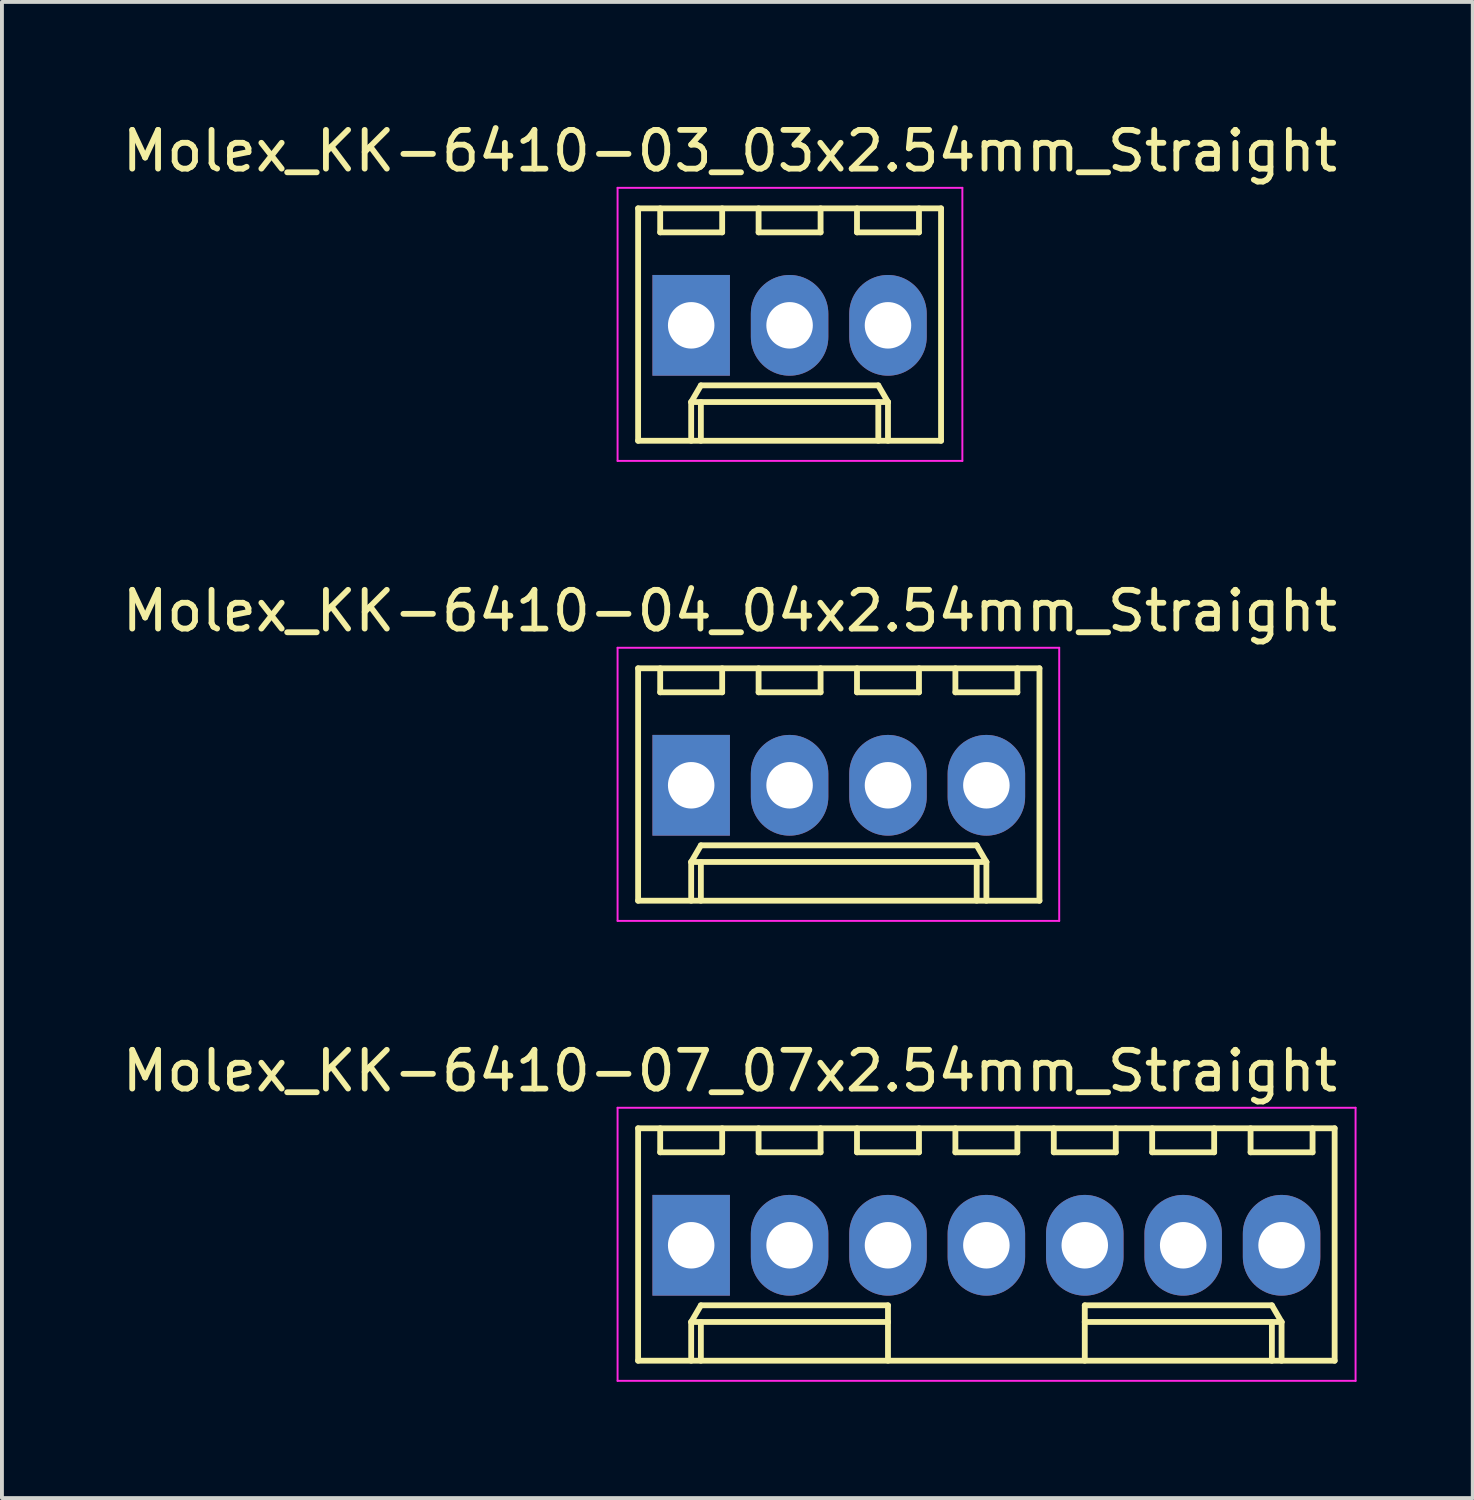
<source format=kicad_pcb>
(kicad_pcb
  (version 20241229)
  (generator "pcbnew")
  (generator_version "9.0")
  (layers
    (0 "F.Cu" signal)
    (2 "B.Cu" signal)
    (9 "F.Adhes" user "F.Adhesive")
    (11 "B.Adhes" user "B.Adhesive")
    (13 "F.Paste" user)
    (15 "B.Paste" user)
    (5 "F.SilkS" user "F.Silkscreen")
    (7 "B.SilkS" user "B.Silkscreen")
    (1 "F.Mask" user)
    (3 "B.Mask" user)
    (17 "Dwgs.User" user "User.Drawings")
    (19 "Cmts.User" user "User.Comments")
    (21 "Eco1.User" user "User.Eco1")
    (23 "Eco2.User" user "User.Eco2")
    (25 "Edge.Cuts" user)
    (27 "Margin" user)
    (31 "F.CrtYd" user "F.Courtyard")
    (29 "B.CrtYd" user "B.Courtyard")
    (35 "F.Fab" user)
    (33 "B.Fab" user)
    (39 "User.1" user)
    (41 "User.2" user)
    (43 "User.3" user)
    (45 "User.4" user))
  (footprint "Molex_KK-6410-07_07x2.54mm_Straight"
    (layer "F.Cu")
    (at 14.792 29.095)
    (property "Reference" "Molex_KK-6410-07_07x2.54mm_Straight" (at 1 -4.5 0) (layer "F.SilkS") (effects (font (size 1 1) (thickness 0.15))))
    (attr through_hole)
    (fp_line (start -1.37 -3.02) (end -1.37 2.98) (stroke (width 0.15) (type solid)) (layer "F.SilkS"))
    (fp_line (start -1.37 2.98) (end 16.61 2.98) (stroke (width 0.15) (type solid)) (layer "F.SilkS"))
    (fp_line (start -0.8 -3.02) (end -0.8 -2.4) (stroke (width 0.15) (type solid)) (layer "F.SilkS"))
    (fp_line (start -0.8 -2.4) (end 0.8 -2.4) (stroke (width 0.15) (type solid)) (layer "F.SilkS"))
    (fp_line (start 0 1.98) (end 0.25 1.55) (stroke (width 0.15) (type solid)) (layer "F.SilkS"))
    (fp_line (start 0 1.98) (end 5.08 1.98) (stroke (width 0.15) (type solid)) (layer "F.SilkS"))
    (fp_line (start 0 2.98) (end 0 1.98) (stroke (width 0.15) (type solid)) (layer "F.SilkS"))
    (fp_line (start 0.25 1.55) (end 5.08 1.55) (stroke (width 0.15) (type solid)) (layer "F.SilkS"))
    (fp_line (start 0.25 2.98) (end 0.25 1.98) (stroke (width 0.15) (type solid)) (layer "F.SilkS"))
    (fp_line (start 0.8 -2.4) (end 0.8 -3.02) (stroke (width 0.15) (type solid)) (layer "F.SilkS"))
    (fp_line (start 1.74 -3.02) (end 1.74 -2.4) (stroke (width 0.15) (type solid)) (layer "F.SilkS"))
    (fp_line (start 1.74 -2.4) (end 3.34 -2.4) (stroke (width 0.15) (type solid)) (layer "F.SilkS"))
    (fp_line (start 3.34 -2.4) (end 3.34 -3.02) (stroke (width 0.15) (type solid)) (layer "F.SilkS"))
    (fp_line (start 4.28 -3.02) (end 4.28 -2.4) (stroke (width 0.15) (type solid)) (layer "F.SilkS"))
    (fp_line (start 4.28 -2.4) (end 5.88 -2.4) (stroke (width 0.15) (type solid)) (layer "F.SilkS"))
    (fp_line (start 5.08 1.55) (end 5.08 1.98) (stroke (width 0.15) (type solid)) (layer "F.SilkS"))
    (fp_line (start 5.08 1.98) (end 5.08 2.98) (stroke (width 0.15) (type solid)) (layer "F.SilkS"))
    (fp_line (start 5.88 -2.4) (end 5.88 -3.02) (stroke (width 0.15) (type solid)) (layer "F.SilkS"))
    (fp_line (start 6.82 -3.02) (end 6.82 -2.4) (stroke (width 0.15) (type solid)) (layer "F.SilkS"))
    (fp_line (start 6.82 -2.4) (end 8.42 -2.4) (stroke (width 0.15) (type solid)) (layer "F.SilkS"))
    (fp_line (start 8.42 -2.4) (end 8.42 -3.02) (stroke (width 0.15) (type solid)) (layer "F.SilkS"))
    (fp_line (start 9.36 -3.02) (end 9.36 -2.4) (stroke (width 0.15) (type solid)) (layer "F.SilkS"))
    (fp_line (start 9.36 -2.4) (end 10.96 -2.4) (stroke (width 0.15) (type solid)) (layer "F.SilkS"))
    (fp_line (start 10.16 1.55) (end 10.16 1.98) (stroke (width 0.15) (type solid)) (layer "F.SilkS"))
    (fp_line (start 10.16 1.98) (end 10.16 2.98) (stroke (width 0.15) (type solid)) (layer "F.SilkS"))
    (fp_line (start 10.96 -2.4) (end 10.96 -3.02) (stroke (width 0.15) (type solid)) (layer "F.SilkS"))
    (fp_line (start 11.9 -3.02) (end 11.9 -2.4) (stroke (width 0.15) (type solid)) (layer "F.SilkS"))
    (fp_line (start 11.9 -2.4) (end 13.5 -2.4) (stroke (width 0.15) (type solid)) (layer "F.SilkS"))
    (fp_line (start 13.5 -2.4) (end 13.5 -3.02) (stroke (width 0.15) (type solid)) (layer "F.SilkS"))
    (fp_line (start 14.44 -3.02) (end 14.44 -2.4) (stroke (width 0.15) (type solid)) (layer "F.SilkS"))
    (fp_line (start 14.44 -2.4) (end 16.04 -2.4) (stroke (width 0.15) (type solid)) (layer "F.SilkS"))
    (fp_line (start 14.99 1.55) (end 10.16 1.55) (stroke (width 0.15) (type solid)) (layer "F.SilkS"))
    (fp_line (start 14.99 2.98) (end 14.99 1.98) (stroke (width 0.15) (type solid)) (layer "F.SilkS"))
    (fp_line (start 15.24 1.98) (end 10.16 1.98) (stroke (width 0.15) (type solid)) (layer "F.SilkS"))
    (fp_line (start 15.24 1.98) (end 14.99 1.55) (stroke (width 0.15) (type solid)) (layer "F.SilkS"))
    (fp_line (start 15.24 2.98) (end 15.24 1.98) (stroke (width 0.15) (type solid)) (layer "F.SilkS"))
    (fp_line (start 16.04 -2.4) (end 16.04 -3.02) (stroke (width 0.15) (type solid)) (layer "F.SilkS"))
    (fp_line (start 16.61 -3.02) (end -1.37 -3.02) (stroke (width 0.15) (type solid)) (layer "F.SilkS"))
    (fp_line (start 16.61 2.98) (end 16.61 -3.02) (stroke (width 0.15) (type solid)) (layer "F.SilkS"))
    (fp_line (start -1.9 -3.55) (end 17.15 -3.55) (stroke (width 0.05) (type solid)) (layer "F.CrtYd"))
    (fp_line (start -1.9 3.5) (end -1.9 -3.55) (stroke (width 0.05) (type solid)) (layer "F.CrtYd"))
    (fp_line (start 17.15 -3.55) (end 17.15 3.5) (stroke (width 0.05) (type solid)) (layer "F.CrtYd"))
    (fp_line (start 17.15 3.5) (end -1.9 3.5) (stroke (width 0.05) (type solid)) (layer "F.CrtYd"))
    (pad "1" thru_hole rect (at 0 0) (size 2 2.6) (drill 1.2) (layers "*.Cu" "*.Mask"))
    (pad "2" thru_hole oval (at 2.54 0) (size 2 2.6) (drill 1.2) (layers "*.Cu" "*.Mask"))
    (pad "3" thru_hole oval (at 5.08 0) (size 2 2.6) (drill 1.2) (layers "*.Cu" "*.Mask"))
    (pad "4" thru_hole oval (at 7.62 0) (size 2 2.6) (drill 1.2) (layers "*.Cu" "*.Mask"))
    (pad "5" thru_hole oval (at 10.16 0) (size 2 2.6) (drill 1.2) (layers "*.Cu" "*.Mask"))
    (pad "6" thru_hole oval (at 12.7 0) (size 2 2.6) (drill 1.2) (layers "*.Cu" "*.Mask"))
    (pad "7" thru_hole oval (at 15.24 0) (size 2 2.6) (drill 1.2) (layers "*.Cu" "*.Mask")))
  (footprint "Molex_KK-6410-03_03x2.54mm_Straight"
    (layer "F.Cu")
    (at 14.792 5.348)
    (property "Reference" "Molex_KK-6410-03_03x2.54mm_Straight" (at 1 -4.5 0) (layer "F.SilkS") (effects (font (size 1 1) (thickness 0.15))))
    (attr through_hole)
    (fp_line (start -1.37 -3.02) (end -1.37 2.98) (stroke (width 0.15) (type solid)) (layer "F.SilkS"))
    (fp_line (start -1.37 2.98) (end 6.45 2.98) (stroke (width 0.15) (type solid)) (layer "F.SilkS"))
    (fp_line (start -0.8 -3.02) (end -0.8 -2.4) (stroke (width 0.15) (type solid)) (layer "F.SilkS"))
    (fp_line (start -0.8 -2.4) (end 0.8 -2.4) (stroke (width 0.15) (type solid)) (layer "F.SilkS"))
    (fp_line (start 0 1.98) (end 0.25 1.55) (stroke (width 0.15) (type solid)) (layer "F.SilkS"))
    (fp_line (start 0 1.98) (end 5.08 1.98) (stroke (width 0.15) (type solid)) (layer "F.SilkS"))
    (fp_line (start 0 2.98) (end 0 1.98) (stroke (width 0.15) (type solid)) (layer "F.SilkS"))
    (fp_line (start 0.25 1.55) (end 4.83 1.55) (stroke (width 0.15) (type solid)) (layer "F.SilkS"))
    (fp_line (start 0.25 2.98) (end 0.25 1.98) (stroke (width 0.15) (type solid)) (layer "F.SilkS"))
    (fp_line (start 0.8 -2.4) (end 0.8 -3.02) (stroke (width 0.15) (type solid)) (layer "F.SilkS"))
    (fp_line (start 1.74 -3.02) (end 1.74 -2.4) (stroke (width 0.15) (type solid)) (layer "F.SilkS"))
    (fp_line (start 1.74 -2.4) (end 3.34 -2.4) (stroke (width 0.15) (type solid)) (layer "F.SilkS"))
    (fp_line (start 3.34 -2.4) (end 3.34 -3.02) (stroke (width 0.15) (type solid)) (layer "F.SilkS"))
    (fp_line (start 4.28 -3.02) (end 4.28 -2.4) (stroke (width 0.15) (type solid)) (layer "F.SilkS"))
    (fp_line (start 4.28 -2.4) (end 5.88 -2.4) (stroke (width 0.15) (type solid)) (layer "F.SilkS"))
    (fp_line (start 4.83 1.55) (end 5.08 1.98) (stroke (width 0.15) (type solid)) (layer "F.SilkS"))
    (fp_line (start 4.83 2.98) (end 4.83 1.98) (stroke (width 0.15) (type solid)) (layer "F.SilkS"))
    (fp_line (start 5.08 1.98) (end 5.08 2.98) (stroke (width 0.15) (type solid)) (layer "F.SilkS"))
    (fp_line (start 5.88 -2.4) (end 5.88 -3.02) (stroke (width 0.15) (type solid)) (layer "F.SilkS"))
    (fp_line (start 6.45 -3.02) (end -1.37 -3.02) (stroke (width 0.15) (type solid)) (layer "F.SilkS"))
    (fp_line (start 6.45 2.98) (end 6.45 -3.02) (stroke (width 0.15) (type solid)) (layer "F.SilkS"))
    (fp_line (start -1.9 -3.55) (end 7 -3.55) (stroke (width 0.05) (type solid)) (layer "F.CrtYd"))
    (fp_line (start -1.9 3.5) (end -1.9 -3.55) (stroke (width 0.05) (type solid)) (layer "F.CrtYd"))
    (fp_line (start 7 -3.55) (end 7 3.5) (stroke (width 0.05) (type solid)) (layer "F.CrtYd"))
    (fp_line (start 7 3.5) (end -1.9 3.5) (stroke (width 0.05) (type solid)) (layer "F.CrtYd"))
    (pad "1" thru_hole rect (at 0 0) (size 2 2.6) (drill 1.2) (layers "*.Cu" "*.Mask"))
    (pad "2" thru_hole oval (at 2.54 0) (size 2 2.6) (drill 1.2) (layers "*.Cu" "*.Mask"))
    (pad "3" thru_hole oval (at 5.08 0) (size 2 2.6) (drill 1.2) (layers "*.Cu" "*.Mask")))
  (footprint "Molex_KK-6410-04_04x2.54mm_Straight"
    (layer "F.Cu")
    (at 14.792 17.221)
    (property "Reference" "Molex_KK-6410-04_04x2.54mm_Straight" (at 1 -4.5 0) (layer "F.SilkS") (effects (font (size 1 1) (thickness 0.15))))
    (attr through_hole)
    (fp_line (start -1.37 -3.02) (end -1.37 2.98) (stroke (width 0.15) (type solid)) (layer "F.SilkS"))
    (fp_line (start -1.37 2.98) (end 8.99 2.98) (stroke (width 0.15) (type solid)) (layer "F.SilkS"))
    (fp_line (start -0.8 -3.02) (end -0.8 -2.4) (stroke (width 0.15) (type solid)) (layer "F.SilkS"))
    (fp_line (start -0.8 -2.4) (end 0.8 -2.4) (stroke (width 0.15) (type solid)) (layer "F.SilkS"))
    (fp_line (start 0 1.98) (end 0.25 1.55) (stroke (width 0.15) (type solid)) (layer "F.SilkS"))
    (fp_line (start 0 1.98) (end 7.62 1.98) (stroke (width 0.15) (type solid)) (layer "F.SilkS"))
    (fp_line (start 0 2.98) (end 0 1.98) (stroke (width 0.15) (type solid)) (layer "F.SilkS"))
    (fp_line (start 0.25 1.55) (end 7.37 1.55) (stroke (width 0.15) (type solid)) (layer "F.SilkS"))
    (fp_line (start 0.25 2.98) (end 0.25 1.98) (stroke (width 0.15) (type solid)) (layer "F.SilkS"))
    (fp_line (start 0.8 -2.4) (end 0.8 -3.02) (stroke (width 0.15) (type solid)) (layer "F.SilkS"))
    (fp_line (start 1.74 -3.02) (end 1.74 -2.4) (stroke (width 0.15) (type solid)) (layer "F.SilkS"))
    (fp_line (start 1.74 -2.4) (end 3.34 -2.4) (stroke (width 0.15) (type solid)) (layer "F.SilkS"))
    (fp_line (start 3.34 -2.4) (end 3.34 -3.02) (stroke (width 0.15) (type solid)) (layer "F.SilkS"))
    (fp_line (start 4.28 -3.02) (end 4.28 -2.4) (stroke (width 0.15) (type solid)) (layer "F.SilkS"))
    (fp_line (start 4.28 -2.4) (end 5.88 -2.4) (stroke (width 0.15) (type solid)) (layer "F.SilkS"))
    (fp_line (start 5.88 -2.4) (end 5.88 -3.02) (stroke (width 0.15) (type solid)) (layer "F.SilkS"))
    (fp_line (start 6.82 -3.02) (end 6.82 -2.4) (stroke (width 0.15) (type solid)) (layer "F.SilkS"))
    (fp_line (start 6.82 -2.4) (end 8.42 -2.4) (stroke (width 0.15) (type solid)) (layer "F.SilkS"))
    (fp_line (start 7.37 1.55) (end 7.62 1.98) (stroke (width 0.15) (type solid)) (layer "F.SilkS"))
    (fp_line (start 7.37 2.98) (end 7.37 1.98) (stroke (width 0.15) (type solid)) (layer "F.SilkS"))
    (fp_line (start 7.62 1.98) (end 7.62 2.98) (stroke (width 0.15) (type solid)) (layer "F.SilkS"))
    (fp_line (start 8.42 -2.4) (end 8.42 -3.02) (stroke (width 0.15) (type solid)) (layer "F.SilkS"))
    (fp_line (start 8.99 -3.02) (end -1.37 -3.02) (stroke (width 0.15) (type solid)) (layer "F.SilkS"))
    (fp_line (start 8.99 2.98) (end 8.99 -3.02) (stroke (width 0.15) (type solid)) (layer "F.SilkS"))
    (fp_line (start -1.9 -3.55) (end 9.5 -3.55) (stroke (width 0.05) (type solid)) (layer "F.CrtYd"))
    (fp_line (start -1.9 3.5) (end -1.9 -3.55) (stroke (width 0.05) (type solid)) (layer "F.CrtYd"))
    (fp_line (start 9.5 -3.55) (end 9.5 3.5) (stroke (width 0.05) (type solid)) (layer "F.CrtYd"))
    (fp_line (start 9.5 3.5) (end -1.9 3.5) (stroke (width 0.05) (type solid)) (layer "F.CrtYd"))
    (pad "1" thru_hole rect (at 0 0) (size 2 2.6) (drill 1.2) (layers "*.Cu" "*.Mask"))
    (pad "2" thru_hole oval (at 2.54 0) (size 2 2.6) (drill 1.2) (layers "*.Cu" "*.Mask"))
    (pad "3" thru_hole oval (at 5.08 0) (size 2 2.6) (drill 1.2) (layers "*.Cu" "*.Mask"))
    (pad "4" thru_hole oval (at 7.62 0) (size 2 2.6) (drill 1.2) (layers "*.Cu" "*.Mask")))
  (gr_rect
    (start -3 -3)
    (end 34.967 35.62)
    (stroke (width 0.1) (type default))
    (fill no)
    (layer "Edge.Cuts")))
</source>
